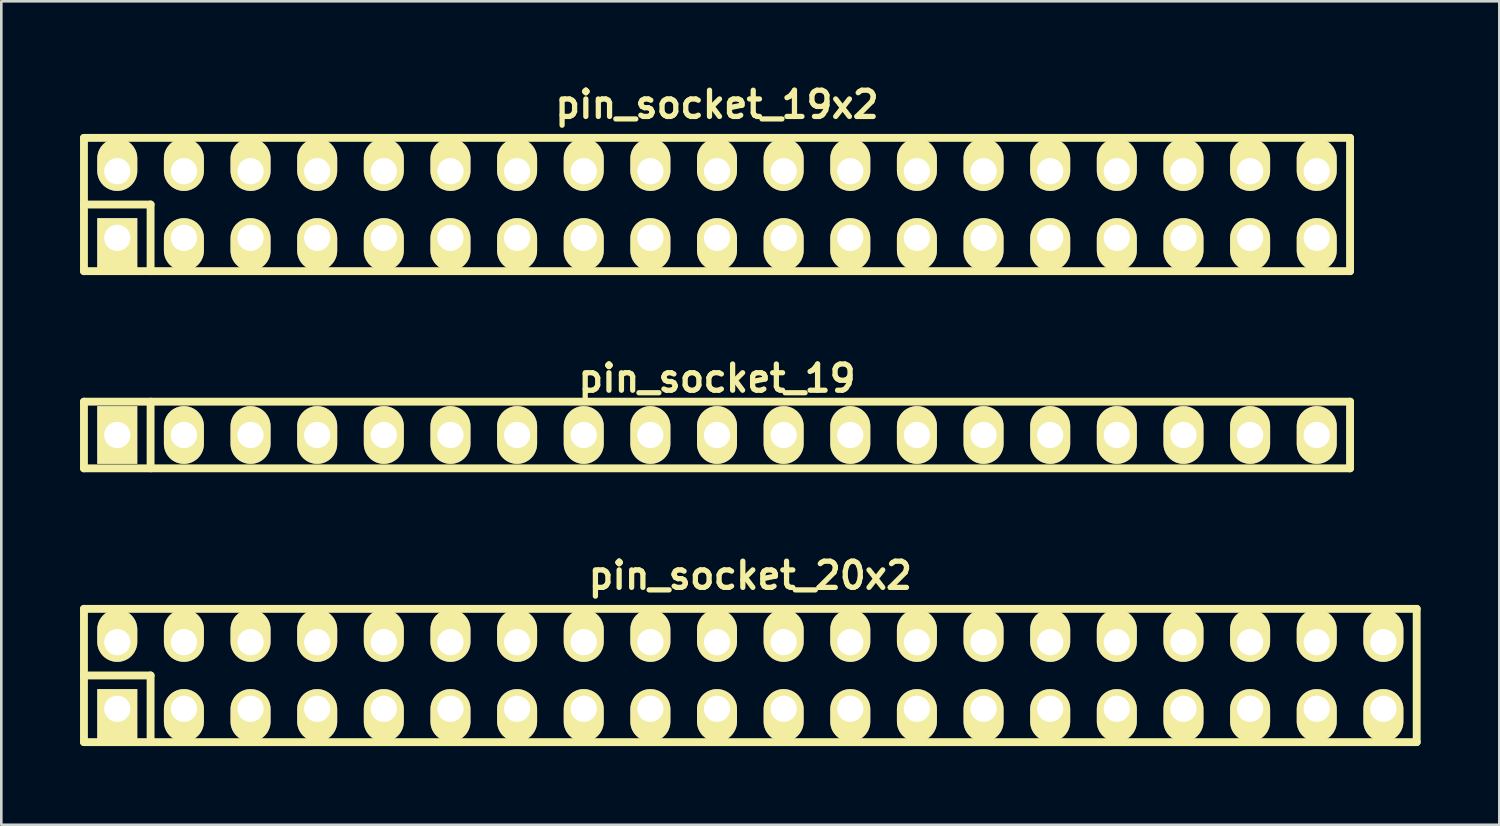
<source format=kicad_pcb>
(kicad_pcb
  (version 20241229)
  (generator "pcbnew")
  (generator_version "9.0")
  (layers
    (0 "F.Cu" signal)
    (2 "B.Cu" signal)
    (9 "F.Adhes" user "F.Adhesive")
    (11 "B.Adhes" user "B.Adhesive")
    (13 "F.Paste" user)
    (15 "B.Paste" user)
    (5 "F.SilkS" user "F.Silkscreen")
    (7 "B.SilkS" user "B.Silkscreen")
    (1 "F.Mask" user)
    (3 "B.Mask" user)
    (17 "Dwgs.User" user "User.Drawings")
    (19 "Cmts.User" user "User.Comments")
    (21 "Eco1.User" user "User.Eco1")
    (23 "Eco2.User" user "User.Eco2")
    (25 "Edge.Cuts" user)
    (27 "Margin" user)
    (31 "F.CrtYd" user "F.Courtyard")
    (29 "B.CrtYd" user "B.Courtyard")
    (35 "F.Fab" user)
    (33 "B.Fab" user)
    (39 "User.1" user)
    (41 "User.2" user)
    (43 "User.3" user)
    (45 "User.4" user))
  (footprint "pin_socket_19"
    (layer "F.Cu")
    (at 24.28 13.531)
    (property "Reference" "pin_socket_19" (at 0 -2.159 0) (layer "F.SilkS") (effects (font (size 1 1) (thickness 0.2))))
    (attr through_hole)
    (fp_line (start -24.13 -1.27) (end 24.13 -1.27) (stroke (width 0.3) (type solid)) (layer "F.SilkS"))
    (fp_line (start -24.13 1.27) (end -24.13 -1.27) (stroke (width 0.3) (type solid)) (layer "F.SilkS"))
    (fp_line (start -21.59 -1.27) (end -21.59 1.27) (stroke (width 0.3) (type solid)) (layer "F.SilkS"))
    (fp_line (start 24.13 -1.27) (end 24.13 1.27) (stroke (width 0.3) (type solid)) (layer "F.SilkS"))
    (fp_line (start 24.13 1.27) (end -24.13 1.27) (stroke (width 0.3) (type solid)) (layer "F.SilkS"))
    (pad "1" thru_hole rect (at -22.86 0) (size 1.524 2.2) (drill 1.001) (layers "*.Cu" "*.Mask" "F.SilkS"))
    (pad "2" thru_hole oval (at -20.32 0) (size 1.524 2.2) (drill 1.001) (layers "*.Cu" "*.Mask" "F.SilkS"))
    (pad "3" thru_hole oval (at -17.78 0) (size 1.524 2.2) (drill 1.001) (layers "*.Cu" "*.Mask" "F.SilkS"))
    (pad "4" thru_hole oval (at -15.24 0) (size 1.524 2.2) (drill 1.001) (layers "*.Cu" "*.Mask" "F.SilkS"))
    (pad "5" thru_hole oval (at -12.7 0) (size 1.524 2.2) (drill 1.001) (layers "*.Cu" "*.Mask" "F.SilkS"))
    (pad "6" thru_hole oval (at -10.16 0) (size 1.524 2.2) (drill 1.001) (layers "*.Cu" "*.Mask" "F.SilkS"))
    (pad "7" thru_hole oval (at -7.62 0) (size 1.524 2.2) (drill 1.001) (layers "*.Cu" "*.Mask" "F.SilkS"))
    (pad "8" thru_hole oval (at -5.08 0) (size 1.524 2.2) (drill 1.001) (layers "*.Cu" "*.Mask" "F.SilkS"))
    (pad "9" thru_hole oval (at -2.54 0) (size 1.524 2.2) (drill 1.001) (layers "*.Cu" "*.Mask" "F.SilkS"))
    (pad "10" thru_hole oval (at 0 0) (size 1.524 2.2) (drill 1.001) (layers "*.Cu" "*.Mask" "F.SilkS"))
    (pad "11" thru_hole oval (at 2.54 0) (size 1.524 2.2) (drill 1.001) (layers "*.Cu" "*.Mask" "F.SilkS"))
    (pad "12" thru_hole oval (at 5.08 0) (size 1.524 2.2) (drill 1.001) (layers "*.Cu" "*.Mask" "F.SilkS"))
    (pad "13" thru_hole oval (at 7.62 0) (size 1.524 2.2) (drill 1.001) (layers "*.Cu" "*.Mask" "F.SilkS"))
    (pad "14" thru_hole oval (at 10.16 0) (size 1.524 2.2) (drill 1.001) (layers "*.Cu" "*.Mask" "F.SilkS"))
    (pad "15" thru_hole oval (at 12.7 0) (size 1.524 2.2) (drill 1.001) (layers "*.Cu" "*.Mask" "F.SilkS"))
    (pad "16" thru_hole oval (at 15.24 0) (size 1.524 2.2) (drill 1.001) (layers "*.Cu" "*.Mask" "F.SilkS"))
    (pad "17" thru_hole oval (at 17.78 0) (size 1.524 2.2) (drill 1.001) (layers "*.Cu" "*.Mask" "F.SilkS"))
    (pad "18" thru_hole oval (at 20.32 0) (size 1.524 2.2) (drill 1.001) (layers "*.Cu" "*.Mask" "F.SilkS"))
    (pad "19" thru_hole oval (at 22.86 0) (size 1.524 2.2) (drill 1.001) (layers "*.Cu" "*.Mask" "F.SilkS")))
  (footprint "pin_socket_20x2"
    (layer "F.Cu")
    (at 25.55 22.697)
    (property "Reference" "pin_socket_20x2" (at 0 -3.81 0) (layer "F.SilkS") (effects (font (size 1 1) (thickness 0.2))))
    (attr through_hole)
    (fp_line (start -25.4 -2.54) (end -25.4 2.54) (stroke (width 0.3) (type solid)) (layer "F.SilkS"))
    (fp_line (start -25.4 -2.54) (end 25.4 -2.54) (stroke (width 0.3) (type solid)) (layer "F.SilkS"))
    (fp_line (start -25.4 0) (end -22.86 0) (stroke (width 0.3) (type solid)) (layer "F.SilkS"))
    (fp_line (start -22.86 0) (end -22.86 2.54) (stroke (width 0.3) (type solid)) (layer "F.SilkS"))
    (fp_line (start 25.4 2.54) (end -25.4 2.54) (stroke (width 0.3) (type solid)) (layer "F.SilkS"))
    (fp_line (start 25.4 2.54) (end 25.4 -2.54) (stroke (width 0.3) (type solid)) (layer "F.SilkS"))
    (pad "1" thru_hole rect (at -24.13 1.27) (size 1.524 1.999) (drill 1.001 (offset 0 0.249)) (layers "*.Cu" "*.Mask" "F.SilkS"))
    (pad "2" thru_hole oval (at -24.13 -1.27) (size 1.524 1.999) (drill 1.001 (offset 0 -0.249)) (layers "*.Cu" "*.Mask" "F.SilkS"))
    (pad "3" thru_hole oval (at -21.59 1.27) (size 1.524 1.999) (drill 1.001 (offset 0 0.249)) (layers "*.Cu" "*.Mask" "F.SilkS"))
    (pad "4" thru_hole oval (at -21.59 -1.27) (size 1.524 1.999) (drill 1.001 (offset 0 -0.249)) (layers "*.Cu" "*.Mask" "F.SilkS"))
    (pad "5" thru_hole oval (at -19.05 1.27) (size 1.524 1.999) (drill 1.001 (offset 0 0.249)) (layers "*.Cu" "*.Mask" "F.SilkS"))
    (pad "6" thru_hole oval (at -19.05 -1.27) (size 1.524 1.999) (drill 1.001 (offset 0 -0.249)) (layers "*.Cu" "*.Mask" "F.SilkS"))
    (pad "7" thru_hole oval (at -16.51 1.27) (size 1.524 1.999) (drill 1.001 (offset 0 0.249)) (layers "*.Cu" "*.Mask" "F.SilkS"))
    (pad "8" thru_hole oval (at -16.51 -1.27) (size 1.524 1.999) (drill 1.001 (offset 0 -0.249)) (layers "*.Cu" "*.Mask" "F.SilkS"))
    (pad "9" thru_hole oval (at -13.97 1.27) (size 1.524 1.999) (drill 1.001 (offset 0 0.249)) (layers "*.Cu" "*.Mask" "F.SilkS"))
    (pad "10" thru_hole oval (at -13.97 -1.27) (size 1.524 1.999) (drill 1.001 (offset 0 -0.249)) (layers "*.Cu" "*.Mask" "F.SilkS"))
    (pad "11" thru_hole oval (at -11.43 1.27) (size 1.524 1.999) (drill 1.001 (offset 0 0.249)) (layers "*.Cu" "*.Mask" "F.SilkS"))
    (pad "12" thru_hole oval (at -11.43 -1.27) (size 1.524 1.999) (drill 1.001 (offset 0 -0.249)) (layers "*.Cu" "*.Mask" "F.SilkS"))
    (pad "13" thru_hole oval (at -8.89 1.27) (size 1.524 1.999) (drill 1.001 (offset 0 0.249)) (layers "*.Cu" "*.Mask" "F.SilkS"))
    (pad "14" thru_hole oval (at -8.89 -1.27) (size 1.524 1.999) (drill 1.001 (offset 0 -0.249)) (layers "*.Cu" "*.Mask" "F.SilkS"))
    (pad "15" thru_hole oval (at -6.35 1.27) (size 1.524 1.999) (drill 1.001 (offset 0 0.249)) (layers "*.Cu" "*.Mask" "F.SilkS"))
    (pad "16" thru_hole oval (at -6.35 -1.27) (size 1.524 1.999) (drill 1.001 (offset 0 -0.249)) (layers "*.Cu" "*.Mask" "F.SilkS"))
    (pad "17" thru_hole oval (at -3.81 1.27) (size 1.524 1.999) (drill 1.001 (offset 0 0.249)) (layers "*.Cu" "*.Mask" "F.SilkS"))
    (pad "18" thru_hole oval (at -3.81 -1.27) (size 1.524 1.999) (drill 1.001 (offset 0 -0.249)) (layers "*.Cu" "*.Mask" "F.SilkS"))
    (pad "19" thru_hole oval (at -1.27 1.27) (size 1.524 1.999) (drill 1.001 (offset 0 0.249)) (layers "*.Cu" "*.Mask" "F.SilkS"))
    (pad "20" thru_hole oval (at -1.27 -1.27) (size 1.524 1.999) (drill 1.001 (offset 0 -0.249)) (layers "*.Cu" "*.Mask" "F.SilkS"))
    (pad "21" thru_hole oval (at 1.27 1.27) (size 1.524 1.999) (drill 1.001 (offset 0 0.249)) (layers "*.Cu" "*.Mask" "F.SilkS"))
    (pad "22" thru_hole oval (at 1.27 -1.27) (size 1.524 1.999) (drill 1.001 (offset 0 -0.249)) (layers "*.Cu" "*.Mask" "F.SilkS"))
    (pad "23" thru_hole oval (at 3.81 1.27) (size 1.524 1.999) (drill 1.001 (offset 0 0.249)) (layers "*.Cu" "*.Mask" "F.SilkS"))
    (pad "24" thru_hole oval (at 3.81 -1.27) (size 1.524 1.999) (drill 1.001 (offset 0 -0.249)) (layers "*.Cu" "*.Mask" "F.SilkS"))
    (pad "25" thru_hole oval (at 6.35 1.27) (size 1.524 1.999) (drill 1.001 (offset 0 0.249)) (layers "*.Cu" "*.Mask" "F.SilkS"))
    (pad "26" thru_hole oval (at 6.35 -1.27) (size 1.524 1.999) (drill 1.001 (offset 0 -0.249)) (layers "*.Cu" "*.Mask" "F.SilkS"))
    (pad "27" thru_hole oval (at 8.89 1.27) (size 1.524 1.999) (drill 1.001 (offset 0 0.249)) (layers "*.Cu" "*.Mask" "F.SilkS"))
    (pad "28" thru_hole oval (at 8.89 -1.27) (size 1.524 1.999) (drill 1.001 (offset 0 -0.249)) (layers "*.Cu" "*.Mask" "F.SilkS"))
    (pad "29" thru_hole oval (at 11.43 1.27) (size 1.524 1.999) (drill 1.001 (offset 0 0.249)) (layers "*.Cu" "*.Mask" "F.SilkS"))
    (pad "30" thru_hole oval (at 11.43 -1.27) (size 1.524 1.999) (drill 1.001 (offset 0 -0.249)) (layers "*.Cu" "*.Mask" "F.SilkS"))
    (pad "31" thru_hole oval (at 13.97 1.27) (size 1.524 1.999) (drill 1.001 (offset 0 0.249)) (layers "*.Cu" "*.Mask" "F.SilkS"))
    (pad "32" thru_hole oval (at 13.97 -1.27) (size 1.524 1.999) (drill 1.001 (offset 0 -0.249)) (layers "*.Cu" "*.Mask" "F.SilkS"))
    (pad "33" thru_hole oval (at 16.51 1.27) (size 1.524 1.999) (drill 1.001 (offset 0 0.249)) (layers "*.Cu" "*.Mask" "F.SilkS"))
    (pad "34" thru_hole oval (at 16.51 -1.27) (size 1.524 1.999) (drill 1.001 (offset 0 -0.249)) (layers "*.Cu" "*.Mask" "F.SilkS"))
    (pad "35" thru_hole oval (at 19.05 1.27) (size 1.524 1.999) (drill 1.001 (offset 0 0.249)) (layers "*.Cu" "*.Mask" "F.SilkS"))
    (pad "36" thru_hole oval (at 19.05 -1.27) (size 1.524 1.999) (drill 1.001 (offset 0 -0.249)) (layers "*.Cu" "*.Mask" "F.SilkS"))
    (pad "37" thru_hole oval (at 21.59 1.27) (size 1.524 1.999) (drill 1.001 (offset 0 0.249)) (layers "*.Cu" "*.Mask" "F.SilkS"))
    (pad "38" thru_hole oval (at 21.59 -1.27) (size 1.524 1.999) (drill 1.001 (offset 0 -0.249)) (layers "*.Cu" "*.Mask" "F.SilkS"))
    (pad "39" thru_hole oval (at 24.13 1.27) (size 1.524 1.999) (drill 1.001 (offset 0 0.249)) (layers "*.Cu" "*.Mask" "F.SilkS"))
    (pad "40" thru_hole oval (at 24.13 -1.27) (size 1.524 1.999) (drill 1.001 (offset 0 -0.249)) (layers "*.Cu" "*.Mask" "F.SilkS")))
  (footprint "pin_socket_19x2"
    (layer "F.Cu")
    (at 24.28 4.746)
    (property "Reference" "pin_socket_19x2" (at 0 -3.81 0) (layer "F.SilkS") (effects (font (size 1 1) (thickness 0.2))))
    (attr through_hole)
    (fp_line (start -24.13 -2.54) (end -24.13 2.54) (stroke (width 0.3) (type solid)) (layer "F.SilkS"))
    (fp_line (start -24.13 -2.54) (end 24.13 -2.54) (stroke (width 0.3) (type solid)) (layer "F.SilkS"))
    (fp_line (start -24.13 0) (end -21.59 0) (stroke (width 0.3) (type solid)) (layer "F.SilkS"))
    (fp_line (start -21.59 0) (end -21.59 2.54) (stroke (width 0.3) (type solid)) (layer "F.SilkS"))
    (fp_line (start 24.13 2.54) (end -24.13 2.54) (stroke (width 0.3) (type solid)) (layer "F.SilkS"))
    (fp_line (start 24.13 2.54) (end 24.13 -2.54) (stroke (width 0.3) (type solid)) (layer "F.SilkS"))
    (pad "1" thru_hole rect (at -22.86 1.27) (size 1.524 1.999) (drill 1.001 (offset 0 0.249)) (layers "*.Cu" "*.Mask" "F.SilkS"))
    (pad "2" thru_hole oval (at -22.86 -1.27) (size 1.524 1.999) (drill 1.001 (offset 0 -0.249)) (layers "*.Cu" "*.Mask" "F.SilkS"))
    (pad "3" thru_hole oval (at -20.32 1.27) (size 1.524 1.999) (drill 1.001 (offset 0 0.249)) (layers "*.Cu" "*.Mask" "F.SilkS"))
    (pad "4" thru_hole oval (at -20.32 -1.27) (size 1.524 1.999) (drill 1.001 (offset 0 -0.249)) (layers "*.Cu" "*.Mask" "F.SilkS"))
    (pad "5" thru_hole oval (at -17.78 1.27) (size 1.524 1.999) (drill 1.001 (offset 0 0.249)) (layers "*.Cu" "*.Mask" "F.SilkS"))
    (pad "6" thru_hole oval (at -17.78 -1.27) (size 1.524 1.999) (drill 1.001 (offset 0 -0.249)) (layers "*.Cu" "*.Mask" "F.SilkS"))
    (pad "7" thru_hole oval (at -15.24 1.27) (size 1.524 1.999) (drill 1.001 (offset 0 0.249)) (layers "*.Cu" "*.Mask" "F.SilkS"))
    (pad "8" thru_hole oval (at -15.24 -1.27) (size 1.524 1.999) (drill 1.001 (offset 0 -0.249)) (layers "*.Cu" "*.Mask" "F.SilkS"))
    (pad "9" thru_hole oval (at -12.7 1.27) (size 1.524 1.999) (drill 1.001 (offset 0 0.249)) (layers "*.Cu" "*.Mask" "F.SilkS"))
    (pad "10" thru_hole oval (at -12.7 -1.27) (size 1.524 1.999) (drill 1.001 (offset 0 -0.249)) (layers "*.Cu" "*.Mask" "F.SilkS"))
    (pad "11" thru_hole oval (at -10.16 1.27) (size 1.524 1.999) (drill 1.001 (offset 0 0.249)) (layers "*.Cu" "*.Mask" "F.SilkS"))
    (pad "12" thru_hole oval (at -10.16 -1.27) (size 1.524 1.999) (drill 1.001 (offset 0 -0.249)) (layers "*.Cu" "*.Mask" "F.SilkS"))
    (pad "13" thru_hole oval (at -7.62 1.27) (size 1.524 1.999) (drill 1.001 (offset 0 0.249)) (layers "*.Cu" "*.Mask" "F.SilkS"))
    (pad "14" thru_hole oval (at -7.62 -1.27) (size 1.524 1.999) (drill 1.001 (offset 0 -0.249)) (layers "*.Cu" "*.Mask" "F.SilkS"))
    (pad "15" thru_hole oval (at -5.08 1.27) (size 1.524 1.999) (drill 1.001 (offset 0 0.249)) (layers "*.Cu" "*.Mask" "F.SilkS"))
    (pad "16" thru_hole oval (at -5.08 -1.27) (size 1.524 1.999) (drill 1.001 (offset 0 -0.249)) (layers "*.Cu" "*.Mask" "F.SilkS"))
    (pad "17" thru_hole oval (at -2.54 1.27) (size 1.524 1.999) (drill 1.001 (offset 0 0.249)) (layers "*.Cu" "*.Mask" "F.SilkS"))
    (pad "18" thru_hole oval (at -2.54 -1.27) (size 1.524 1.999) (drill 1.001 (offset 0 -0.249)) (layers "*.Cu" "*.Mask" "F.SilkS"))
    (pad "19" thru_hole oval (at 0 1.27) (size 1.524 1.999) (drill 1.001 (offset 0 0.249)) (layers "*.Cu" "*.Mask" "F.SilkS"))
    (pad "20" thru_hole oval (at 0 -1.27) (size 1.524 1.999) (drill 1.001 (offset 0 -0.249)) (layers "*.Cu" "*.Mask" "F.SilkS"))
    (pad "21" thru_hole oval (at 2.54 1.27) (size 1.524 1.999) (drill 1.001 (offset 0 0.249)) (layers "*.Cu" "*.Mask" "F.SilkS"))
    (pad "22" thru_hole oval (at 2.54 -1.27) (size 1.524 1.999) (drill 1.001 (offset 0 -0.249)) (layers "*.Cu" "*.Mask" "F.SilkS"))
    (pad "23" thru_hole oval (at 5.08 1.27) (size 1.524 1.999) (drill 1.001 (offset 0 0.249)) (layers "*.Cu" "*.Mask" "F.SilkS"))
    (pad "24" thru_hole oval (at 5.08 -1.27) (size 1.524 1.999) (drill 1.001 (offset 0 -0.249)) (layers "*.Cu" "*.Mask" "F.SilkS"))
    (pad "25" thru_hole oval (at 7.62 1.27) (size 1.524 1.999) (drill 1.001 (offset 0 0.249)) (layers "*.Cu" "*.Mask" "F.SilkS"))
    (pad "26" thru_hole oval (at 7.62 -1.27) (size 1.524 1.999) (drill 1.001 (offset 0 -0.249)) (layers "*.Cu" "*.Mask" "F.SilkS"))
    (pad "27" thru_hole oval (at 10.16 1.27) (size 1.524 1.999) (drill 1.001 (offset 0 0.249)) (layers "*.Cu" "*.Mask" "F.SilkS"))
    (pad "28" thru_hole oval (at 10.16 -1.27) (size 1.524 1.999) (drill 1.001 (offset 0 -0.249)) (layers "*.Cu" "*.Mask" "F.SilkS"))
    (pad "29" thru_hole oval (at 12.7 1.27) (size 1.524 1.999) (drill 1.001 (offset 0 0.249)) (layers "*.Cu" "*.Mask" "F.SilkS"))
    (pad "30" thru_hole oval (at 12.7 -1.27) (size 1.524 1.999) (drill 1.001 (offset 0 -0.249)) (layers "*.Cu" "*.Mask" "F.SilkS"))
    (pad "31" thru_hole oval (at 15.24 1.27) (size 1.524 1.999) (drill 1.001 (offset 0 0.249)) (layers "*.Cu" "*.Mask" "F.SilkS"))
    (pad "32" thru_hole oval (at 15.24 -1.27) (size 1.524 1.999) (drill 1.001 (offset 0 -0.249)) (layers "*.Cu" "*.Mask" "F.SilkS"))
    (pad "33" thru_hole oval (at 17.78 1.27) (size 1.524 1.999) (drill 1.001 (offset 0 0.249)) (layers "*.Cu" "*.Mask" "F.SilkS"))
    (pad "34" thru_hole oval (at 17.78 -1.27) (size 1.524 1.999) (drill 1.001 (offset 0 -0.249)) (layers "*.Cu" "*.Mask" "F.SilkS"))
    (pad "35" thru_hole oval (at 20.32 1.27) (size 1.524 1.999) (drill 1.001 (offset 0 0.249)) (layers "*.Cu" "*.Mask" "F.SilkS"))
    (pad "36" thru_hole oval (at 20.32 -1.27) (size 1.524 1.999) (drill 1.001 (offset 0 -0.249)) (layers "*.Cu" "*.Mask" "F.SilkS"))
    (pad "37" thru_hole oval (at 22.86 1.27) (size 1.524 1.999) (drill 1.001 (offset 0 0.249)) (layers "*.Cu" "*.Mask" "F.SilkS"))
    (pad "38" thru_hole oval (at 22.86 -1.27) (size 1.524 1.999) (drill 1.001 (offset 0 -0.249)) (layers "*.Cu" "*.Mask" "F.SilkS")))
  (gr_rect
    (start -3 -3)
    (end 54.1 28.387)
    (stroke (width 0.1) (type default))
    (fill no)
    (layer "Edge.Cuts")))
</source>
